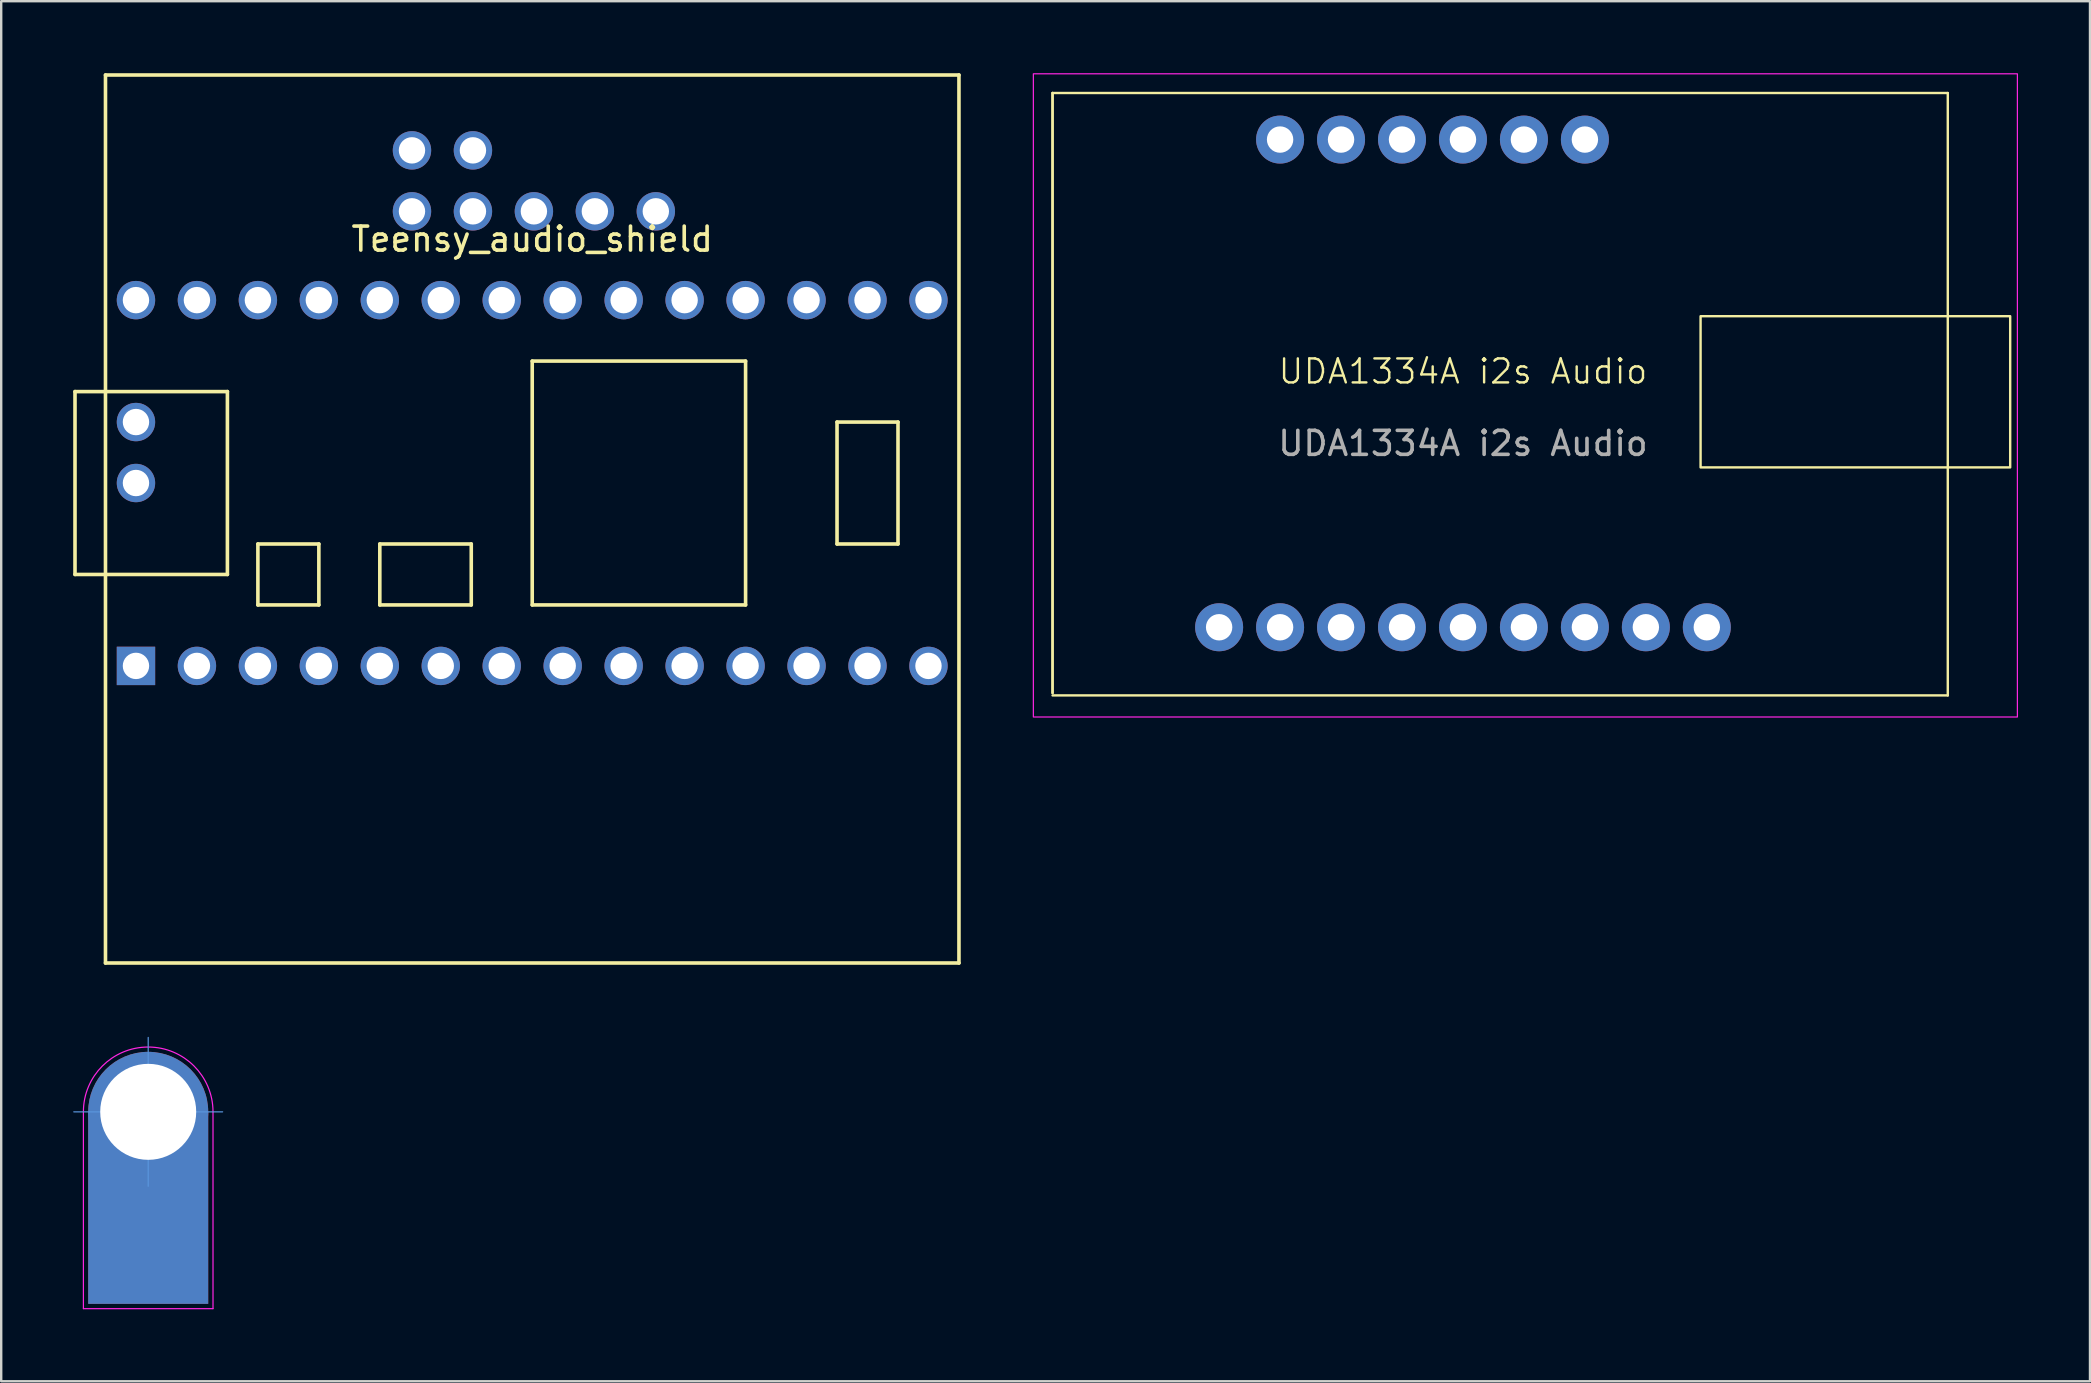
<source format=kicad_pcb>
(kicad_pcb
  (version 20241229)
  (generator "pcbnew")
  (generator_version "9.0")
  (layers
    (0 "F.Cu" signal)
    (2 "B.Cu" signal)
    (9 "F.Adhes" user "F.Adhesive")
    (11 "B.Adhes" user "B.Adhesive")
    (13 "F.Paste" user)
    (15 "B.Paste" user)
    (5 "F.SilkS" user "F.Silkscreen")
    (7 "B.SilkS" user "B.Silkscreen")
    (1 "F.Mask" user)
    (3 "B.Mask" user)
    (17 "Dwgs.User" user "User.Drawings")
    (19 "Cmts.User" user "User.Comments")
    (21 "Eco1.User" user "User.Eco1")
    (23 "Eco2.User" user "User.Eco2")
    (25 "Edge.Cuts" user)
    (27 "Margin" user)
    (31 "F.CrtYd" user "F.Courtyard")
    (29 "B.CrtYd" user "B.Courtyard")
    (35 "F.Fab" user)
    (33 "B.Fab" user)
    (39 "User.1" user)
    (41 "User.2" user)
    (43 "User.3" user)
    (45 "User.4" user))
  (footprint "z_BBC-BIT"
    (layer "F.Cu")
    (at 3.125 43.275)
    (property "Reference" "z_BBC-BIT" (at 0 0.125 0) (layer "F.Fab") (effects (font (size 0.1 0.1) (thickness 0.01))))
    (attr through_hole)
    (fp_line (start -3.1 0) (end 3.1 0) (stroke (width 0.05) (type solid)) (layer "Cmts.User"))
    (fp_line (start 0 -3.1) (end 0 3.1) (stroke (width 0.05) (type solid)) (layer "Cmts.User"))
    (fp_line (start -2.7 0) (end -2.7 8.2) (stroke (width 0.05) (type solid)) (layer "F.CrtYd"))
    (fp_line (start -2.7 8.2) (end 2.7 8.2) (stroke (width 0.05) (type solid)) (layer "F.CrtYd"))
    (fp_line (start 2.7 8.2) (end 2.7 0) (stroke (width 0.05) (type solid)) (layer "F.CrtYd"))
    (fp_arc (start -2.7 0) (mid 0 -2.7) (end 2.7 0) (stroke (width 0.05) (type solid)) (layer "F.CrtYd"))
    (fp_text user "${REFERENCE}" (at 0 0 180) (layer "Eco1.User") (effects (font (size 0.3 0.3) (thickness 0.03))))
    (pad "1" thru_hole circle (at 0 0) (size 5 5) (drill 4) (layers "*.Cu" "*.Mask"))
    (pad "1" smd rect (at 0 4) (size 5 8) (layers "F.Cu" "F.Mask"))
    (pad "1" smd rect (at 0 4) (size 5 8) (layers "*.Mask" "B.Cu")))
  (footprint "Teensy_audio_shield"
    (layer "F.Cu")
    (at 19.125 17.075)
    (property "Reference" "Teensy_audio_shield" (at 0 -10.16 0) (layer "F.SilkS") (effects (font (size 1 1) (thickness 0.15))))
    (attr through_hole)
    (fp_line (start -19.05 -3.81) (end -17.78 -3.81) (stroke (width 0.15) (type solid)) (layer "F.SilkS"))
    (fp_line (start -19.05 3.81) (end -19.05 -3.81) (stroke (width 0.15) (type solid)) (layer "F.SilkS"))
    (fp_line (start -17.78 -17) (end -17.78 20) (stroke (width 0.15) (type solid)) (layer "F.SilkS"))
    (fp_line (start -17.78 -17) (end 17.78 -17) (stroke (width 0.15) (type solid)) (layer "F.SilkS"))
    (fp_line (start -17.78 3.81) (end -19.05 3.81) (stroke (width 0.15) (type solid)) (layer "F.SilkS"))
    (fp_line (start -12.7 -3.81) (end -17.78 -3.81) (stroke (width 0.15) (type solid)) (layer "F.SilkS"))
    (fp_line (start -12.7 3.81) (end -17.78 3.81) (stroke (width 0.15) (type solid)) (layer "F.SilkS"))
    (fp_line (start -12.7 3.81) (end -12.7 -3.81) (stroke (width 0.15) (type solid)) (layer "F.SilkS"))
    (fp_line (start -11.43 2.54) (end -11.43 5.08) (stroke (width 0.15) (type solid)) (layer "F.SilkS"))
    (fp_line (start -11.43 5.08) (end -8.89 5.08) (stroke (width 0.15) (type solid)) (layer "F.SilkS"))
    (fp_line (start -8.89 2.54) (end -11.43 2.54) (stroke (width 0.15) (type solid)) (layer "F.SilkS"))
    (fp_line (start -8.89 5.08) (end -8.89 2.54) (stroke (width 0.15) (type solid)) (layer "F.SilkS"))
    (fp_line (start -6.35 2.54) (end -6.35 5.08) (stroke (width 0.15) (type solid)) (layer "F.SilkS"))
    (fp_line (start -6.35 5.08) (end -2.54 5.08) (stroke (width 0.15) (type solid)) (layer "F.SilkS"))
    (fp_line (start -2.54 2.54) (end -6.35 2.54) (stroke (width 0.15) (type solid)) (layer "F.SilkS"))
    (fp_line (start -2.54 5.08) (end -2.54 2.54) (stroke (width 0.15) (type solid)) (layer "F.SilkS"))
    (fp_line (start 0 -5.08) (end 0 5.08) (stroke (width 0.15) (type solid)) (layer "F.SilkS"))
    (fp_line (start 8.89 -5.08) (end 0 -5.08) (stroke (width 0.15) (type solid)) (layer "F.SilkS"))
    (fp_line (start 8.89 5.08) (end 0 5.08) (stroke (width 0.15) (type solid)) (layer "F.SilkS"))
    (fp_line (start 8.89 5.08) (end 8.89 -5.08) (stroke (width 0.15) (type solid)) (layer "F.SilkS"))
    (fp_line (start 12.7 -2.54) (end 15.24 -2.54) (stroke (width 0.15) (type solid)) (layer "F.SilkS"))
    (fp_line (start 12.7 2.54) (end 12.7 -2.54) (stroke (width 0.15) (type solid)) (layer "F.SilkS"))
    (fp_line (start 15.24 -2.54) (end 15.24 2.54) (stroke (width 0.15) (type solid)) (layer "F.SilkS"))
    (fp_line (start 15.24 2.54) (end 12.7 2.54) (stroke (width 0.15) (type solid)) (layer "F.SilkS"))
    (fp_line (start 17.78 -17) (end 17.78 20) (stroke (width 0.15) (type solid)) (layer "F.SilkS"))
    (fp_line (start 17.78 20) (end -17.78 20) (stroke (width 0.15) (type solid)) (layer "F.SilkS"))
    (pad "1" thru_hole rect (at -16.51 7.62) (size 1.6 1.6) (drill 1.1) (layers "*.Cu" "*.Mask"))
    (pad "2" thru_hole circle (at -13.97 7.62) (size 1.6 1.6) (drill 1.1) (layers "*.Cu" "*.Mask"))
    (pad "3" thru_hole circle (at -11.43 7.62) (size 1.6 1.6) (drill 1.1) (layers "*.Cu" "*.Mask"))
    (pad "4" thru_hole circle (at -8.89 7.62) (size 1.6 1.6) (drill 1.1) (layers "*.Cu" "*.Mask"))
    (pad "5" thru_hole circle (at -6.35 7.62) (size 1.6 1.6) (drill 1.1) (layers "*.Cu" "*.Mask"))
    (pad "6" thru_hole circle (at -3.81 7.62) (size 1.6 1.6) (drill 1.1) (layers "*.Cu" "*.Mask"))
    (pad "7" thru_hole circle (at -1.27 7.62) (size 1.6 1.6) (drill 1.1) (layers "*.Cu" "*.Mask"))
    (pad "8" thru_hole circle (at 1.27 7.62) (size 1.6 1.6) (drill 1.1) (layers "*.Cu" "*.Mask"))
    (pad "9" thru_hole circle (at 3.81 7.62) (size 1.6 1.6) (drill 1.1) (layers "*.Cu" "*.Mask"))
    (pad "10" thru_hole circle (at 6.35 7.62) (size 1.6 1.6) (drill 1.1) (layers "*.Cu" "*.Mask"))
    (pad "11" thru_hole circle (at 8.89 7.62) (size 1.6 1.6) (drill 1.1) (layers "*.Cu" "*.Mask"))
    (pad "12" thru_hole circle (at 11.43 7.62) (size 1.6 1.6) (drill 1.1) (layers "*.Cu" "*.Mask"))
    (pad "13" thru_hole circle (at 13.97 7.62) (size 1.6 1.6) (drill 1.1) (layers "*.Cu" "*.Mask"))
    (pad "14" thru_hole circle (at 16.51 7.62) (size 1.6 1.6) (drill 1.1) (layers "*.Cu" "*.Mask"))
    (pad "15" thru_hole circle (at -16.51 -2.54) (size 1.6 1.6) (drill 1.1) (layers "*.Cu" "*.Mask"))
    (pad "16" thru_hole circle (at -16.51 0) (size 1.6 1.6) (drill 1.1) (layers "*.Cu" "*.Mask"))
    (pad "17" thru_hole circle (at 5.15 -11.32) (size 1.6 1.6) (drill 1.1) (layers "*.Cu" "*.Mask"))
    (pad "18" thru_hole circle (at 2.61 -11.32) (size 1.6 1.6) (drill 1.1) (layers "*.Cu" "*.Mask"))
    (pad "19" thru_hole circle (at 0.07 -11.32) (size 1.6 1.6) (drill 1.1) (layers "*.Cu" "*.Mask"))
    (pad "20" thru_hole circle (at 16.51 -7.62) (size 1.6 1.6) (drill 1.1) (layers "*.Cu" "*.Mask"))
    (pad "21" thru_hole circle (at 13.97 -7.62) (size 1.6 1.6) (drill 1.1) (layers "*.Cu" "*.Mask"))
    (pad "22" thru_hole circle (at 11.43 -7.62) (size 1.6 1.6) (drill 1.1) (layers "*.Cu" "*.Mask"))
    (pad "23" thru_hole circle (at 8.89 -7.62) (size 1.6 1.6) (drill 1.1) (layers "*.Cu" "*.Mask"))
    (pad "24" thru_hole circle (at 6.35 -7.62) (size 1.6 1.6) (drill 1.1) (layers "*.Cu" "*.Mask"))
    (pad "25" thru_hole circle (at 3.81 -7.62) (size 1.6 1.6) (drill 1.1) (layers "*.Cu" "*.Mask"))
    (pad "26" thru_hole circle (at 1.27 -7.62) (size 1.6 1.6) (drill 1.1) (layers "*.Cu" "*.Mask"))
    (pad "27" thru_hole circle (at -1.27 -7.62) (size 1.6 1.6) (drill 1.1) (layers "*.Cu" "*.Mask"))
    (pad "28" thru_hole circle (at -3.81 -7.62) (size 1.6 1.6) (drill 1.1) (layers "*.Cu" "*.Mask"))
    (pad "29" thru_hole circle (at -6.35 -7.62) (size 1.6 1.6) (drill 1.1) (layers "*.Cu" "*.Mask"))
    (pad "30" thru_hole circle (at -8.89 -7.62) (size 1.6 1.6) (drill 1.1) (layers "*.Cu" "*.Mask"))
    (pad "31" thru_hole circle (at -11.43 -7.62) (size 1.6 1.6) (drill 1.1) (layers "*.Cu" "*.Mask"))
    (pad "32" thru_hole circle (at -13.97 -7.62) (size 1.6 1.6) (drill 1.1) (layers "*.Cu" "*.Mask"))
    (pad "33" thru_hole circle (at -16.51 -7.62) (size 1.6 1.6) (drill 1.1) (layers "*.Cu" "*.Mask"))
    (pad "34" thru_hole circle (at -2.47 -11.32) (size 1.6 1.6) (drill 1.1) (layers "*.Cu" "*.Mask"))
    (pad "35" thru_hole circle (at -5.01 -11.32) (size 1.6 1.6) (drill 1.1) (layers "*.Cu" "*.Mask"))
    (pad "36" thru_hole circle (at -2.47 -13.86) (size 1.6 1.6) (drill 1.1) (layers "*.Cu" "*.Mask"))
    (pad "37" thru_hole circle (at -5.01 -13.86) (size 1.6 1.6) (drill 1.1) (layers "*.Cu" "*.Mask")))
  (footprint "UDA1334A i2s Audio"
    (layer "F.Cu")
    (at 57.905 12.925)
    (property "Reference" "UDA1334A i2s Audio" (at 0 -0.5 0) (unlocked yes) (layer "F.SilkS") (effects (font (size 1 1) (thickness 0.1))))
    (attr through_hole)
    (fp_line (start -17.1 -12.1) (end -17.1 12.9) (stroke (width 0.1) (type default)) (layer "F.SilkS"))
    (fp_line (start -17.1 -12.1) (end -17.1 12.9) (stroke (width 0.1) (type default)) (layer "F.SilkS"))
    (fp_line (start -17.1 -12.1) (end 20.2 -12.1) (stroke (width 0.1) (type default)) (layer "F.SilkS"))
    (fp_line (start -17.1 13) (end 20.2 13) (stroke (width 0.1) (type default)) (layer "F.SilkS"))
    (fp_line (start 20.2 -12.1) (end 20.2 13) (stroke (width 0.1) (type default)) (layer "F.SilkS"))
    (fp_rect (start 9.9 -2.8) (end 22.8 3.5) (stroke (width 0.1) (type default)) (fill no) (layer "F.SilkS"))
    (fp_rect (start -17.9 -12.9) (end 23.1 13.9) (stroke (width 0.05) (type default)) (fill no) (layer "F.CrtYd"))
    (fp_text user "${REFERENCE}" (at 0 2.5 0) (unlocked yes) (layer "F.Fab") (effects (font (size 1 1) (thickness 0.15))))
    (pad "1" thru_hole circle (at -7.62 -10.16) (size 2 2) (drill 1.1) (layers "*.Cu" "*.Mask"))
    (pad "2" thru_hole circle (at -5.08 -10.16) (size 2 2) (drill 1.1) (layers "*.Cu" "*.Mask"))
    (pad "3" thru_hole circle (at -2.54 -10.16) (size 2 2) (drill 1.1) (layers "*.Cu" "*.Mask"))
    (pad "4" thru_hole circle (at 0 -10.16) (size 2 2) (drill 1.1) (layers "*.Cu" "*.Mask"))
    (pad "5" thru_hole circle (at 2.54 -10.16) (size 2 2) (drill 1.1) (layers "*.Cu" "*.Mask"))
    (pad "6" thru_hole circle (at 5.08 -10.16) (size 2 2) (drill 1.1) (layers "*.Cu" "*.Mask"))
    (pad "7" thru_hole circle (at -10.16 10.16) (size 2 2) (drill 1.1) (layers "*.Cu" "*.Mask"))
    (pad "8" thru_hole circle (at -7.62 10.16) (size 2 2) (drill 1.1) (layers "*.Cu" "*.Mask"))
    (pad "9" thru_hole circle (at -5.08 10.16) (size 2 2) (drill 1.1) (layers "*.Cu" "*.Mask"))
    (pad "10" thru_hole circle (at -2.54 10.16) (size 2 2) (drill 1.1) (layers "*.Cu" "*.Mask"))
    (pad "11" thru_hole circle (at 0 10.16) (size 2 2) (drill 1.1) (layers "*.Cu" "*.Mask"))
    (pad "12" thru_hole circle (at 2.54 10.16) (size 2 2) (drill 1.1) (layers "*.Cu" "*.Mask"))
    (pad "13" thru_hole circle (at 5.08 10.16) (size 2 2) (drill 1.1) (layers "*.Cu" "*.Mask"))
    (pad "14" thru_hole circle (at 7.62 10.16) (size 2 2) (drill 1.1) (layers "*.Cu" "*.Mask"))
    (pad "15" thru_hole circle (at 10.16 10.16) (size 2 2) (drill 1.1) (layers "*.Cu" "*.Mask")))
  (gr_rect
    (start -3 -3)
    (end 84.03 54.5)
    (stroke (width 0.1) (type default))
    (fill no)
    (layer "Edge.Cuts")))
</source>
